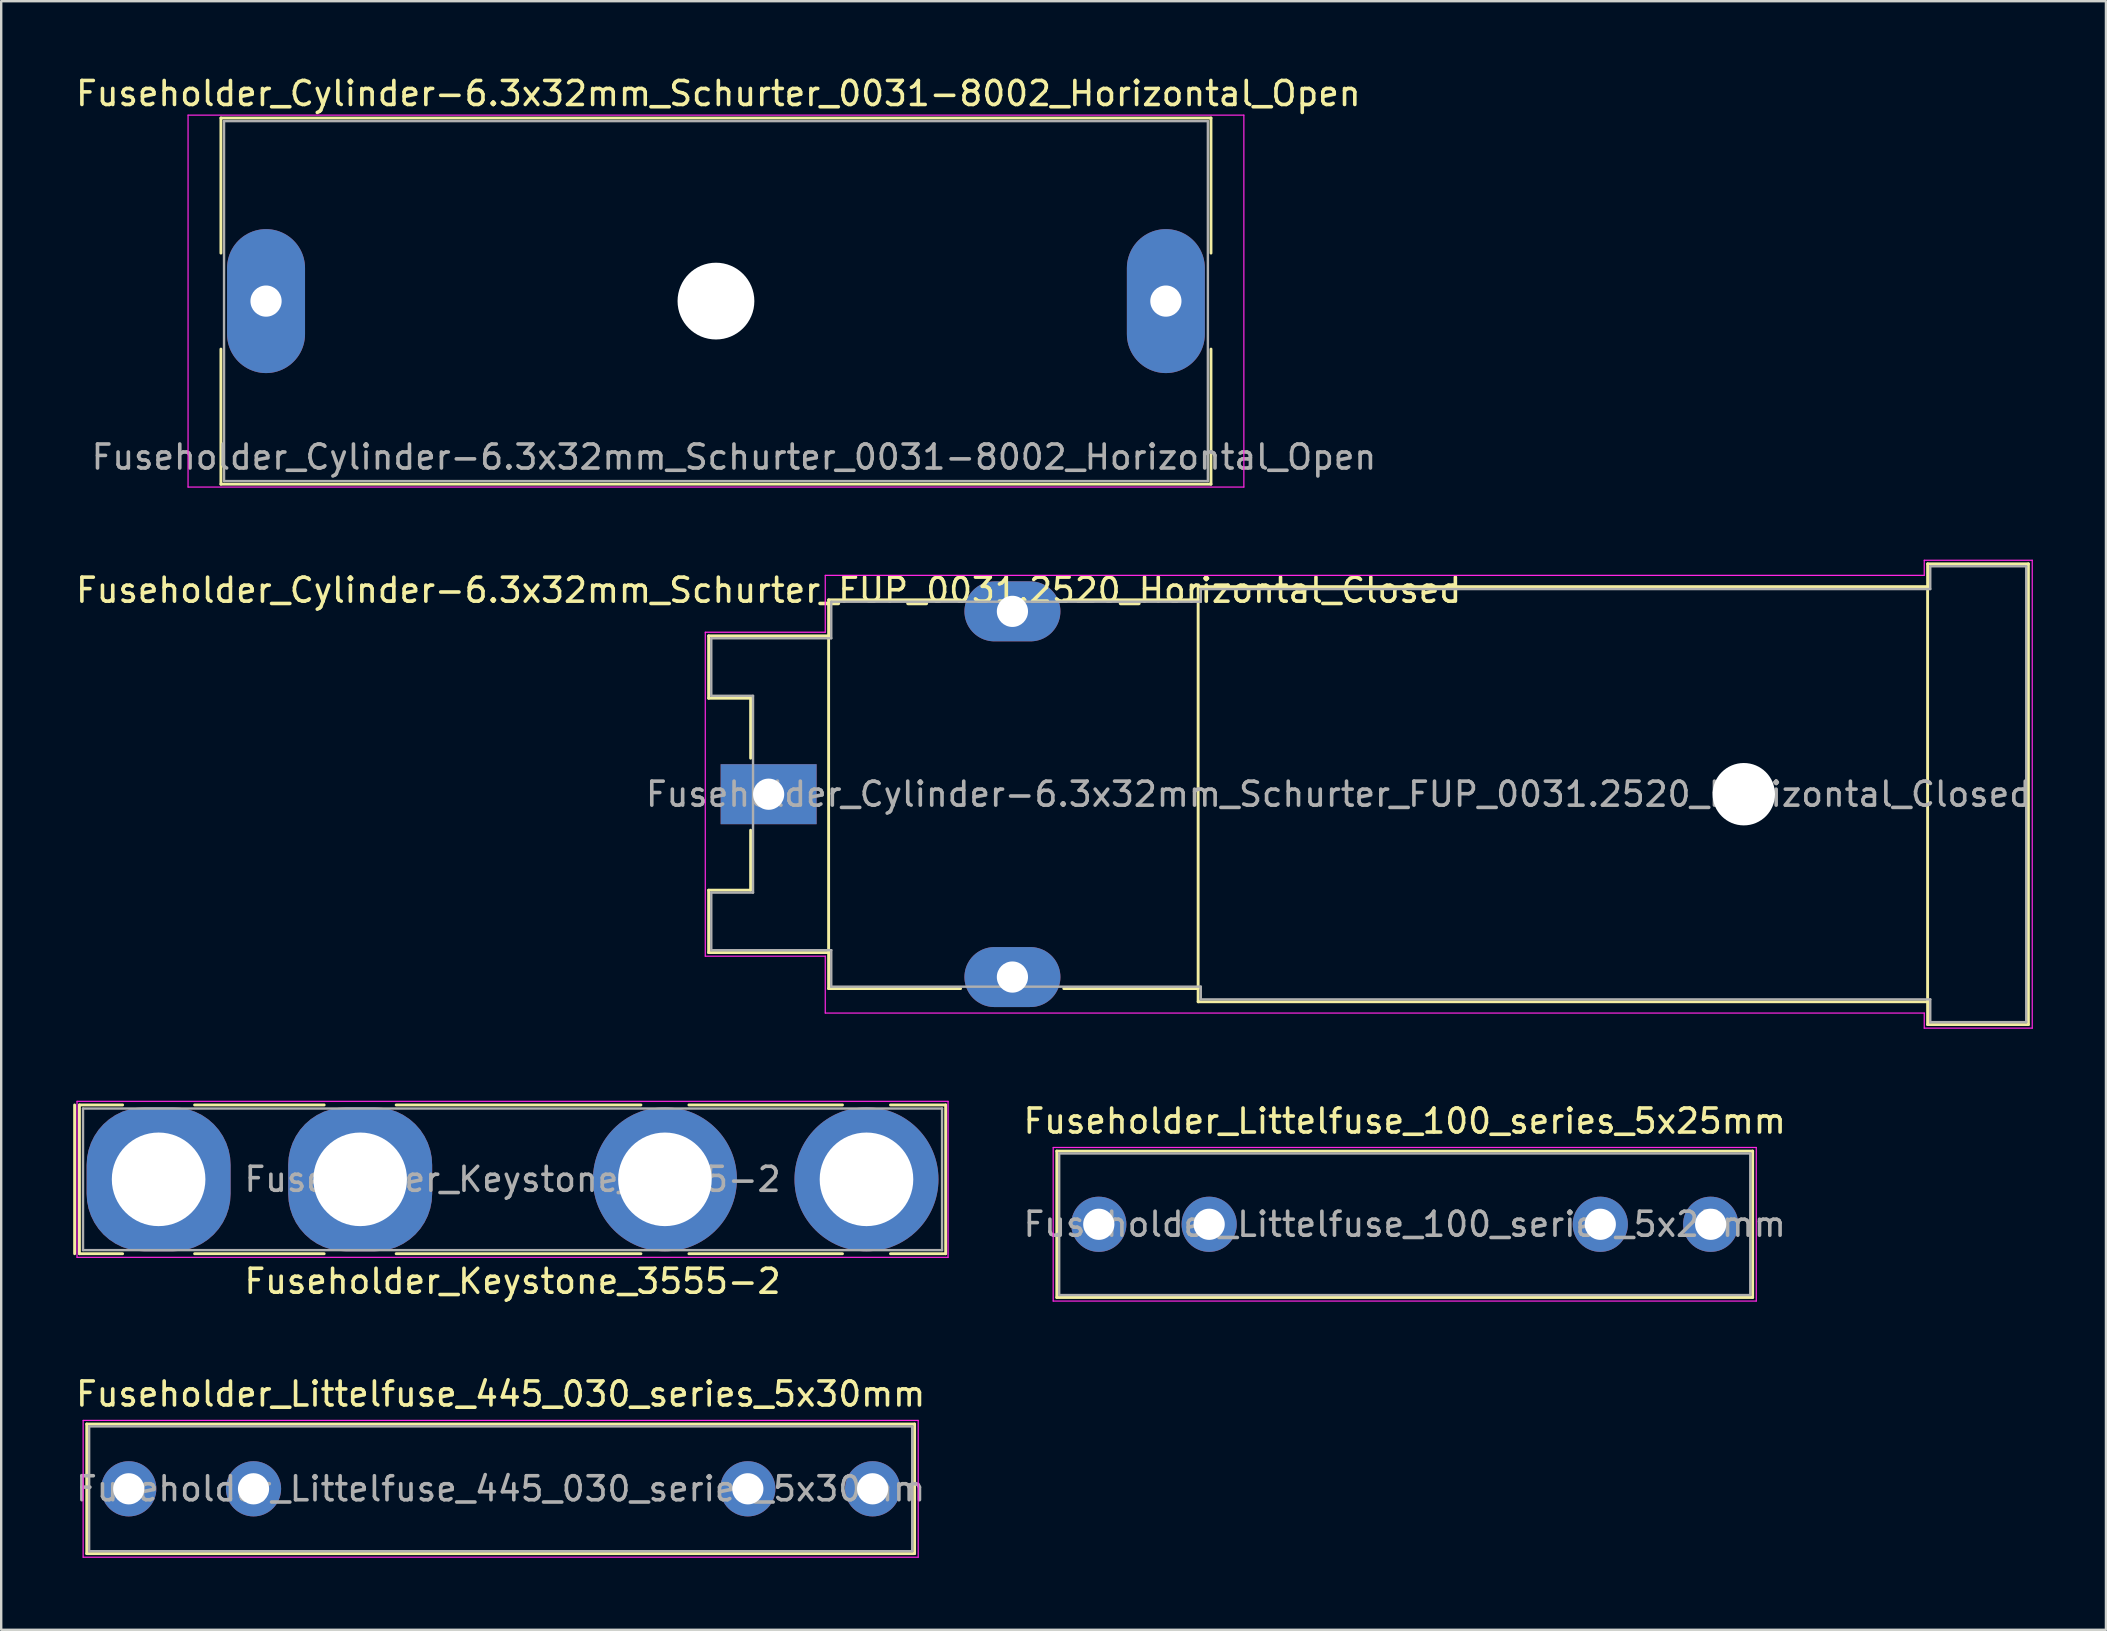
<source format=kicad_pcb>
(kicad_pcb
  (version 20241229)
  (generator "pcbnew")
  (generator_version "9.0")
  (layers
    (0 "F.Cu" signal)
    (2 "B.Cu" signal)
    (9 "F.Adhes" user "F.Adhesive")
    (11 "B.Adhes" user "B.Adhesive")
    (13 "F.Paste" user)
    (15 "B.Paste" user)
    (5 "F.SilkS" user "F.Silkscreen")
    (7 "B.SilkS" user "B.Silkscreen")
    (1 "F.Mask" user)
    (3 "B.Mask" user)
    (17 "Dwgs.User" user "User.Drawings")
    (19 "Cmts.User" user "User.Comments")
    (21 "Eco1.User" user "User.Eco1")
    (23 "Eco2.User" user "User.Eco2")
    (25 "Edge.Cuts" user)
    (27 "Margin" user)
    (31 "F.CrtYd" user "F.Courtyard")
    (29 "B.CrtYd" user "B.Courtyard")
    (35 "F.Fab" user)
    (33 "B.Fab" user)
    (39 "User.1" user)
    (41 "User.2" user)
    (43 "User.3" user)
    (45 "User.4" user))
  (footprint "Fuseholder_Littelfuse_100_series_5x25mm"
    (layer "F.Cu")
    (at 42.741 47.971)
    (property "Reference" "Fuseholder_Littelfuse_100_series_5x25mm" (at 12.75 -4.3 0) (unlocked yes) (layer "F.SilkS") (effects (font (size 1 1) (thickness 0.15))))
    (attr through_hole)
    (fp_line (start -1.75 -3.05) (end 27.25 -3.05) (stroke (width 0.12) (type solid)) (layer "F.SilkS"))
    (fp_line (start -1.75 3.05) (end -1.75 -3.05) (stroke (width 0.12) (type solid)) (layer "F.SilkS"))
    (fp_line (start 27.25 -3.05) (end 27.25 3.05) (stroke (width 0.12) (type solid)) (layer "F.SilkS"))
    (fp_line (start 27.25 3.05) (end -1.75 3.05) (stroke (width 0.12) (type solid)) (layer "F.SilkS"))
    (fp_line (start -1.9 -3.2) (end 27.4 -3.2) (stroke (width 0.05) (type solid)) (layer "F.CrtYd"))
    (fp_line (start -1.9 3.2) (end -1.9 -3.2) (stroke (width 0.05) (type solid)) (layer "F.CrtYd"))
    (fp_line (start 27.4 -3.2) (end 27.4 3.2) (stroke (width 0.05) (type solid)) (layer "F.CrtYd"))
    (fp_line (start 27.4 3.2) (end -1.9 3.2) (stroke (width 0.05) (type solid)) (layer "F.CrtYd"))
    (fp_line (start -1.65 -2.95) (end 27.15 -2.95) (stroke (width 0.1) (type solid)) (layer "F.Fab"))
    (fp_line (start -1.65 2.95) (end -1.65 -2.95) (stroke (width 0.1) (type solid)) (layer "F.Fab"))
    (fp_line (start 27.15 -2.95) (end 27.15 2.95) (stroke (width 0.1) (type solid)) (layer "F.Fab"))
    (fp_line (start 27.15 2.95) (end -1.65 2.95) (stroke (width 0.1) (type solid)) (layer "F.Fab"))
    (fp_text user "${REFERENCE}" (at 12.75 0 0) (unlocked yes) (layer "F.Fab") (effects (font (size 1 1) (thickness 0.15))))
    (pad "1" thru_hole circle (at 0 0) (size 2.3 2.3) (drill 1.3) (layers "*.Cu" "*.Mask"))
    (pad "1" thru_hole circle (at 4.6 0) (size 2.3 2.3) (drill 1.3) (layers "*.Cu" "*.Mask"))
    (pad "2" thru_hole circle (at 20.9 0) (size 2.3 2.3) (drill 1.3) (layers "*.Cu" "*.Mask"))
    (pad "2" thru_hole circle (at 25.5 0) (size 2.3 2.3) (drill 1.3) (layers "*.Cu" "*.Mask")))
  (footprint "Fuseholder_Cylinder-6.3x32mm_Schurter_0031-8002_Horizontal_Open"
    (layer "F.Cu")
    (at 8.037 9.498)
    (property "Reference" "Fuseholder_Cylinder-6.3x32mm_Schurter_0031-8002_Horizontal_Open" (at 18.85 -8.65 0) (layer "F.SilkS") (effects (font (size 1 1) (thickness 0.15))))
    (attr through_hole)
    (fp_line (start -1.88 -7.63) (end -1.88 -2) (stroke (width 0.12) (type solid)) (layer "F.SilkS"))
    (fp_line (start -1.88 -7.63) (end 39.38 -7.63) (stroke (width 0.12) (type solid)) (layer "F.SilkS"))
    (fp_line (start -1.88 2) (end -1.88 7.63) (stroke (width 0.12) (type solid)) (layer "F.SilkS"))
    (fp_line (start 39.38 -7.63) (end 39.38 -2) (stroke (width 0.12) (type solid)) (layer "F.SilkS"))
    (fp_line (start 39.38 2) (end 39.38 7.63) (stroke (width 0.12) (type solid)) (layer "F.SilkS"))
    (fp_line (start 39.38 7.63) (end -1.88 7.63) (stroke (width 0.12) (type solid)) (layer "F.SilkS"))
    (fp_line (start -3.25 -7.75) (end -3.25 7.75) (stroke (width 0.05) (type solid)) (layer "F.CrtYd"))
    (fp_line (start -3.25 -7.75) (end 40.75 -7.75) (stroke (width 0.05) (type solid)) (layer "F.CrtYd"))
    (fp_line (start 40.75 7.75) (end -3.25 7.75) (stroke (width 0.05) (type solid)) (layer "F.CrtYd"))
    (fp_line (start 40.75 7.75) (end 40.75 -7.75) (stroke (width 0.05) (type solid)) (layer "F.CrtYd"))
    (fp_line (start -1.75 -7.5) (end -1.75 7.5) (stroke (width 0.1) (type solid)) (layer "F.Fab"))
    (fp_line (start -1.75 7.5) (end 39.25 7.5) (stroke (width 0.1) (type solid)) (layer "F.Fab"))
    (fp_line (start 39.25 -7.5) (end -1.75 -7.5) (stroke (width 0.1) (type solid)) (layer "F.Fab"))
    (fp_line (start 39.25 7.5) (end 39.25 -7.5) (stroke (width 0.1) (type solid)) (layer "F.Fab"))
    (fp_text user "${REFERENCE}" (at 19.5 6.5 0) (layer "F.Fab") (effects (font (size 1 1) (thickness 0.15))))
    (pad "" np_thru_hole circle (at 18.75 0) (size 3.2 3.2) (drill 3.2) (layers "*.Cu" "*.Mask"))
    (pad "1" thru_hole oval (at 0 0) (size 3.25 6) (drill 1.3) (layers "*.Cu" "*.Mask"))
    (pad "2" thru_hole oval (at 37.5 0) (size 3.25 6) (drill 1.3) (layers "*.Cu" "*.Mask")))
  (footprint "Fuseholder_Keystone_3555-2"
    (layer "F.Cu")
    (at 3.56 46.098)
    (property "Reference" "Fuseholder_Keystone_3555-2" (at 14.75 4.25 0) (layer "F.SilkS") (effects (font (size 1 1) (thickness 0.15))))
    (attr through_hole)
    (fp_line (start -3.5 -3.1) (end -3.5 3.1) (stroke (width 0.12) (type solid)) (layer "F.SilkS"))
    (fp_line (start -3.3 -3.1) (end -1.5 -3.1) (stroke (width 0.12) (type solid)) (layer "F.SilkS"))
    (fp_line (start -3.3 3.1) (end -3.3 -3.1) (stroke (width 0.12) (type solid)) (layer "F.SilkS"))
    (fp_line (start -3.3 3.1) (end -1.5 3.1) (stroke (width 0.12) (type solid)) (layer "F.SilkS"))
    (fp_line (start 1.5 -3.1) (end 6.9 -3.1) (stroke (width 0.12) (type solid)) (layer "F.SilkS"))
    (fp_line (start 1.5 3.1) (end 6.9 3.1) (stroke (width 0.12) (type solid)) (layer "F.SilkS"))
    (fp_line (start 9.9 -3.1) (end 20.1 -3.1) (stroke (width 0.12) (type solid)) (layer "F.SilkS"))
    (fp_line (start 9.9 3.1) (end 20.1 3.1) (stroke (width 0.12) (type solid)) (layer "F.SilkS"))
    (fp_line (start 22.1 -3.1) (end 28.5 -3.1) (stroke (width 0.12) (type solid)) (layer "F.SilkS"))
    (fp_line (start 22.1 3.1) (end 28.5 3.1) (stroke (width 0.12) (type solid)) (layer "F.SilkS"))
    (fp_line (start 30.5 -3.1) (end 32.8 -3.1) (stroke (width 0.12) (type solid)) (layer "F.SilkS"))
    (fp_line (start 30.5 3.1) (end 32.8 3.1) (stroke (width 0.12) (type solid)) (layer "F.SilkS"))
    (fp_line (start 32.8 -3.1) (end 32.8 3.1) (stroke (width 0.12) (type solid)) (layer "F.SilkS"))
    (fp_line (start -3.4 -3.25) (end 32.9 -3.25) (stroke (width 0.05) (type solid)) (layer "F.CrtYd"))
    (fp_line (start -3.4 3.25) (end -3.4 -3.25) (stroke (width 0.05) (type solid)) (layer "F.CrtYd"))
    (fp_line (start 32.9 -3.25) (end 32.9 3.25) (stroke (width 0.05) (type solid)) (layer "F.CrtYd"))
    (fp_line (start 32.9 3.25) (end -3.4 3.25) (stroke (width 0.05) (type solid)) (layer "F.CrtYd"))
    (fp_line (start -3.15 -2.95) (end 32.65 -2.95) (stroke (width 0.1) (type solid)) (layer "F.Fab"))
    (fp_line (start -3.15 2.95) (end -3.15 -2.95) (stroke (width 0.1) (type solid)) (layer "F.Fab"))
    (fp_line (start 32.65 -2.95) (end 32.65 2.95) (stroke (width 0.1) (type solid)) (layer "F.Fab"))
    (fp_line (start 32.65 2.95) (end -3.15 2.95) (stroke (width 0.1) (type solid)) (layer "F.Fab"))
    (fp_text user "${REFERENCE}" (at 14.75 0 0) (layer "F.Fab") (effects (font (size 1 1) (thickness 0.15))))
    (pad "1" thru_hole roundrect (at 0 0 90) (size 6 6) (drill 3.9) (layers "*.Cu" "*.Mask") (roundrect_rratio 0.4))
    (pad "1" thru_hole roundrect (at 8.4 0) (size 6 6) (drill 3.9) (layers "*.Cu" "*.Mask") (roundrect_rratio 0.4))
    (pad "2" thru_hole circle (at 21.1 0) (size 6 6) (drill 3.9) (layers "*.Cu" "*.Mask"))
    (pad "2" thru_hole circle (at 29.5 0) (size 6 6) (drill 3.9) (layers "*.Cu" "*.Mask")))
  (footprint "Fuseholder_Cylinder-6.3x32mm_Schurter_FUP_0031.2520_Horizontal_Closed"
    (layer "F.Cu")
    (at 28.982 30.048)
    (property "Reference" "Fuseholder_Cylinder-6.3x32mm_Schurter_FUP_0031.2520_Horizontal_Closed" (at 0 -8.5 0) (layer "F.SilkS") (effects (font (size 1 1) (thickness 0.15))))
    (attr through_hole)
    (fp_line (start -2.5 -6.6) (end 2.5 -6.6) (stroke (width 0.12) (type solid)) (layer "F.SilkS"))
    (fp_line (start -2.5 -4) (end -2.5 -6.6) (stroke (width 0.12) (type solid)) (layer "F.SilkS"))
    (fp_line (start -2.5 4) (end -0.75 4) (stroke (width 0.12) (type solid)) (layer "F.SilkS"))
    (fp_line (start -2.5 6.6) (end -2.5 4) (stroke (width 0.12) (type solid)) (layer "F.SilkS"))
    (fp_line (start -2.5 6.6) (end 2.5 6.6) (stroke (width 0.12) (type solid)) (layer "F.SilkS"))
    (fp_line (start -0.75 -4) (end -2.5 -4) (stroke (width 0.12) (type solid)) (layer "F.SilkS"))
    (fp_line (start -0.75 -1.5) (end -0.75 -4) (stroke (width 0.12) (type solid)) (layer "F.SilkS"))
    (fp_line (start -0.75 4) (end -0.75 1.5) (stroke (width 0.12) (type solid)) (layer "F.SilkS"))
    (fp_line (start 2.5 -8.1) (end 8 -8.1) (stroke (width 0.12) (type solid)) (layer "F.SilkS"))
    (fp_line (start 2.5 8.1) (end 2.5 -8.1) (stroke (width 0.12) (type solid)) (layer "F.SilkS"))
    (fp_line (start 2.5 8.1) (end 8 8.1) (stroke (width 0.12) (type solid)) (layer "F.SilkS"))
    (fp_line (start 12.3 -8.1) (end 17.9 -8.1) (stroke (width 0.12) (type solid)) (layer "F.SilkS"))
    (fp_line (start 12.3 8.1) (end 17.9 8.1) (stroke (width 0.12) (type solid)) (layer "F.SilkS"))
    (fp_line (start 17.9 -8.65) (end 48.3 -8.65) (stroke (width 0.12) (type solid)) (layer "F.SilkS"))
    (fp_line (start 17.9 8.65) (end 17.9 -8.65) (stroke (width 0.12) (type solid)) (layer "F.SilkS"))
    (fp_line (start 17.9 8.65) (end 48.3 8.65) (stroke (width 0.12) (type solid)) (layer "F.SilkS"))
    (fp_line (start 48.3 -9.6) (end 52.5 -9.6) (stroke (width 0.12) (type solid)) (layer "F.SilkS"))
    (fp_line (start 48.3 9.6) (end 48.3 -9.6) (stroke (width 0.12) (type solid)) (layer "F.SilkS"))
    (fp_line (start 48.3 9.6) (end 52.5 9.6) (stroke (width 0.12) (type solid)) (layer "F.SilkS"))
    (fp_line (start 52.5 -9.6) (end 52.5 9.6) (stroke (width 0.12) (type solid)) (layer "F.SilkS"))
    (fp_line (start -2.64 -6.75) (end 2.36 -6.75) (stroke (width 0.05) (type solid)) (layer "F.CrtYd"))
    (fp_line (start -2.64 6.75) (end -2.64 -6.75) (stroke (width 0.05) (type solid)) (layer "F.CrtYd"))
    (fp_line (start -2.64 6.75) (end 2.36 6.75) (stroke (width 0.05) (type solid)) (layer "F.CrtYd"))
    (fp_line (start 2.36 -9.12) (end 2.36 -6.75) (stroke (width 0.05) (type solid)) (layer "F.CrtYd"))
    (fp_line (start 2.36 -9.12) (end 48.16 -9.12) (stroke (width 0.05) (type solid)) (layer "F.CrtYd"))
    (fp_line (start 2.36 6.75) (end 2.36 9.12) (stroke (width 0.05) (type solid)) (layer "F.CrtYd"))
    (fp_line (start 48.16 -9.75) (end 48.16 -9.12) (stroke (width 0.05) (type solid)) (layer "F.CrtYd"))
    (fp_line (start 48.16 -9.75) (end 52.66 -9.75) (stroke (width 0.05) (type solid)) (layer "F.CrtYd"))
    (fp_line (start 48.16 9.12) (end 2.36 9.12) (stroke (width 0.05) (type solid)) (layer "F.CrtYd"))
    (fp_line (start 48.16 9.12) (end 48.16 9.75) (stroke (width 0.05) (type solid)) (layer "F.CrtYd"))
    (fp_line (start 48.16 9.75) (end 52.66 9.75) (stroke (width 0.05) (type solid)) (layer "F.CrtYd"))
    (fp_line (start 52.66 -9.75) (end 52.66 9.75) (stroke (width 0.05) (type solid)) (layer "F.CrtYd"))
    (fp_line (start -2.39 -4.1) (end -2.39 -6.5) (stroke (width 0.1) (type solid)) (layer "F.Fab"))
    (fp_line (start -2.39 -4.1) (end -0.65 -4.1) (stroke (width 0.1) (type solid)) (layer "F.Fab"))
    (fp_line (start -2.39 4.1) (end -2.39 6.5) (stroke (width 0.1) (type solid)) (layer "F.Fab"))
    (fp_line (start -2.39 6.5) (end 2.61 6.5) (stroke (width 0.1) (type solid)) (layer "F.Fab"))
    (fp_line (start -0.65 -4.1) (end -0.65 4.1) (stroke (width 0.1) (type solid)) (layer "F.Fab"))
    (fp_line (start -0.65 4.1) (end -2.39 4.1) (stroke (width 0.1) (type solid)) (layer "F.Fab"))
    (fp_line (start 2.61 -8.02) (end 2.61 -6.5) (stroke (width 0.1) (type solid)) (layer "F.Fab"))
    (fp_line (start 2.61 -6.5) (end -2.39 -6.5) (stroke (width 0.1) (type solid)) (layer "F.Fab"))
    (fp_line (start 2.61 6.5) (end 2.61 8.02) (stroke (width 0.1) (type solid)) (layer "F.Fab"))
    (fp_line (start 2.61 8.02) (end 18.01 8.02) (stroke (width 0.1) (type solid)) (layer "F.Fab"))
    (fp_line (start 18.01 -8.55) (end 18.01 -8.02) (stroke (width 0.1) (type solid)) (layer "F.Fab"))
    (fp_line (start 18.01 -8.02) (end 2.61 -8.02) (stroke (width 0.1) (type solid)) (layer "F.Fab"))
    (fp_line (start 18.01 8.02) (end 18.01 8.55) (stroke (width 0.1) (type solid)) (layer "F.Fab"))
    (fp_line (start 18.01 8.55) (end 48.41 8.55) (stroke (width 0.1) (type solid)) (layer "F.Fab"))
    (fp_line (start 48.41 -9.5) (end 48.41 -8.55) (stroke (width 0.1) (type solid)) (layer "F.Fab"))
    (fp_line (start 48.41 -8.55) (end 18.01 -8.55) (stroke (width 0.1) (type solid)) (layer "F.Fab"))
    (fp_line (start 48.41 8.55) (end 48.41 9.5) (stroke (width 0.1) (type solid)) (layer "F.Fab"))
    (fp_line (start 48.41 9.5) (end 52.41 9.5) (stroke (width 0.1) (type solid)) (layer "F.Fab"))
    (fp_line (start 52.41 -9.5) (end 48.41 -9.5) (stroke (width 0.1) (type solid)) (layer "F.Fab"))
    (fp_line (start 52.41 -9.5) (end 52.41 9.5) (stroke (width 0.1) (type solid)) (layer "F.Fab"))
    (fp_text user "${REFERENCE}" (at 23.75 0 0) (layer "F.Fab") (effects (font (size 1 1) (thickness 0.15))))
    (pad "" np_thru_hole circle (at 40.64 0) (size 2.6 2.6) (drill 2.6) (layers "*.Cu" "*.Mask"))
    (pad "1" thru_hole rect (at 0 0) (size 4 2.5) (drill 1.3) (layers "*.Cu" "*.Mask"))
    (pad "2" thru_hole oval (at 10.16 -7.62) (size 4 2.5) (drill 1.3) (layers "*.Cu" "*.Mask"))
    (pad "2" thru_hole oval (at 10.16 7.62) (size 4 2.5) (drill 1.3) (layers "*.Cu" "*.Mask")))
  (footprint "Fuseholder_Littelfuse_445_030_series_5x30mm"
    (layer "F.Cu")
    (at 2.315 58.995)
    (property "Reference" "Fuseholder_Littelfuse_445_030_series_5x30mm" (at 15.5 -3.95 0) (unlocked yes) (layer "F.SilkS") (effects (font (size 1 1) (thickness 0.15))))
    (attr through_hole)
    (fp_line (start -1.75 -2.7) (end 32.75 -2.7) (stroke (width 0.12) (type solid)) (layer "F.SilkS"))
    (fp_line (start -1.75 2.7) (end -1.75 -2.7) (stroke (width 0.12) (type solid)) (layer "F.SilkS"))
    (fp_line (start 32.75 -2.7) (end 32.75 2.7) (stroke (width 0.12) (type solid)) (layer "F.SilkS"))
    (fp_line (start 32.75 2.7) (end -1.75 2.7) (stroke (width 0.12) (type solid)) (layer "F.SilkS"))
    (fp_line (start -1.9 -2.85) (end 32.9 -2.85) (stroke (width 0.05) (type solid)) (layer "F.CrtYd"))
    (fp_line (start -1.9 2.85) (end -1.9 -2.85) (stroke (width 0.05) (type solid)) (layer "F.CrtYd"))
    (fp_line (start 32.9 -2.85) (end 32.9 2.85) (stroke (width 0.05) (type solid)) (layer "F.CrtYd"))
    (fp_line (start 32.9 2.85) (end -1.9 2.85) (stroke (width 0.05) (type solid)) (layer "F.CrtYd"))
    (fp_line (start -1.65 -2.6) (end 32.65 -2.6) (stroke (width 0.1) (type solid)) (layer "F.Fab"))
    (fp_line (start -1.65 2.6) (end -1.65 -2.6) (stroke (width 0.1) (type solid)) (layer "F.Fab"))
    (fp_line (start 32.65 -2.6) (end 32.65 2.6) (stroke (width 0.1) (type solid)) (layer "F.Fab"))
    (fp_line (start 32.65 2.6) (end -1.65 2.6) (stroke (width 0.1) (type solid)) (layer "F.Fab"))
    (fp_text user "${REFERENCE}" (at 15.5 0 0) (unlocked yes) (layer "F.Fab") (effects (font (size 1 1) (thickness 0.15))))
    (pad "1" thru_hole circle (at 0 0) (size 2.3 2.3) (drill 1.3) (layers "*.Cu" "*.Mask"))
    (pad "1" thru_hole circle (at 5.2 0) (size 2.3 2.3) (drill 1.3) (layers "*.Cu" "*.Mask"))
    (pad "2" thru_hole circle (at 25.8 0) (size 2.3 2.3) (drill 1.3) (layers "*.Cu" "*.Mask"))
    (pad "2" thru_hole circle (at 31 0) (size 2.3 2.3) (drill 1.3) (layers "*.Cu" "*.Mask")))
  (gr_rect
    (start -3 -3)
    (end 84.714 64.87)
    (stroke (width 0.1) (type default))
    (fill no)
    (layer "Edge.Cuts")))
</source>
